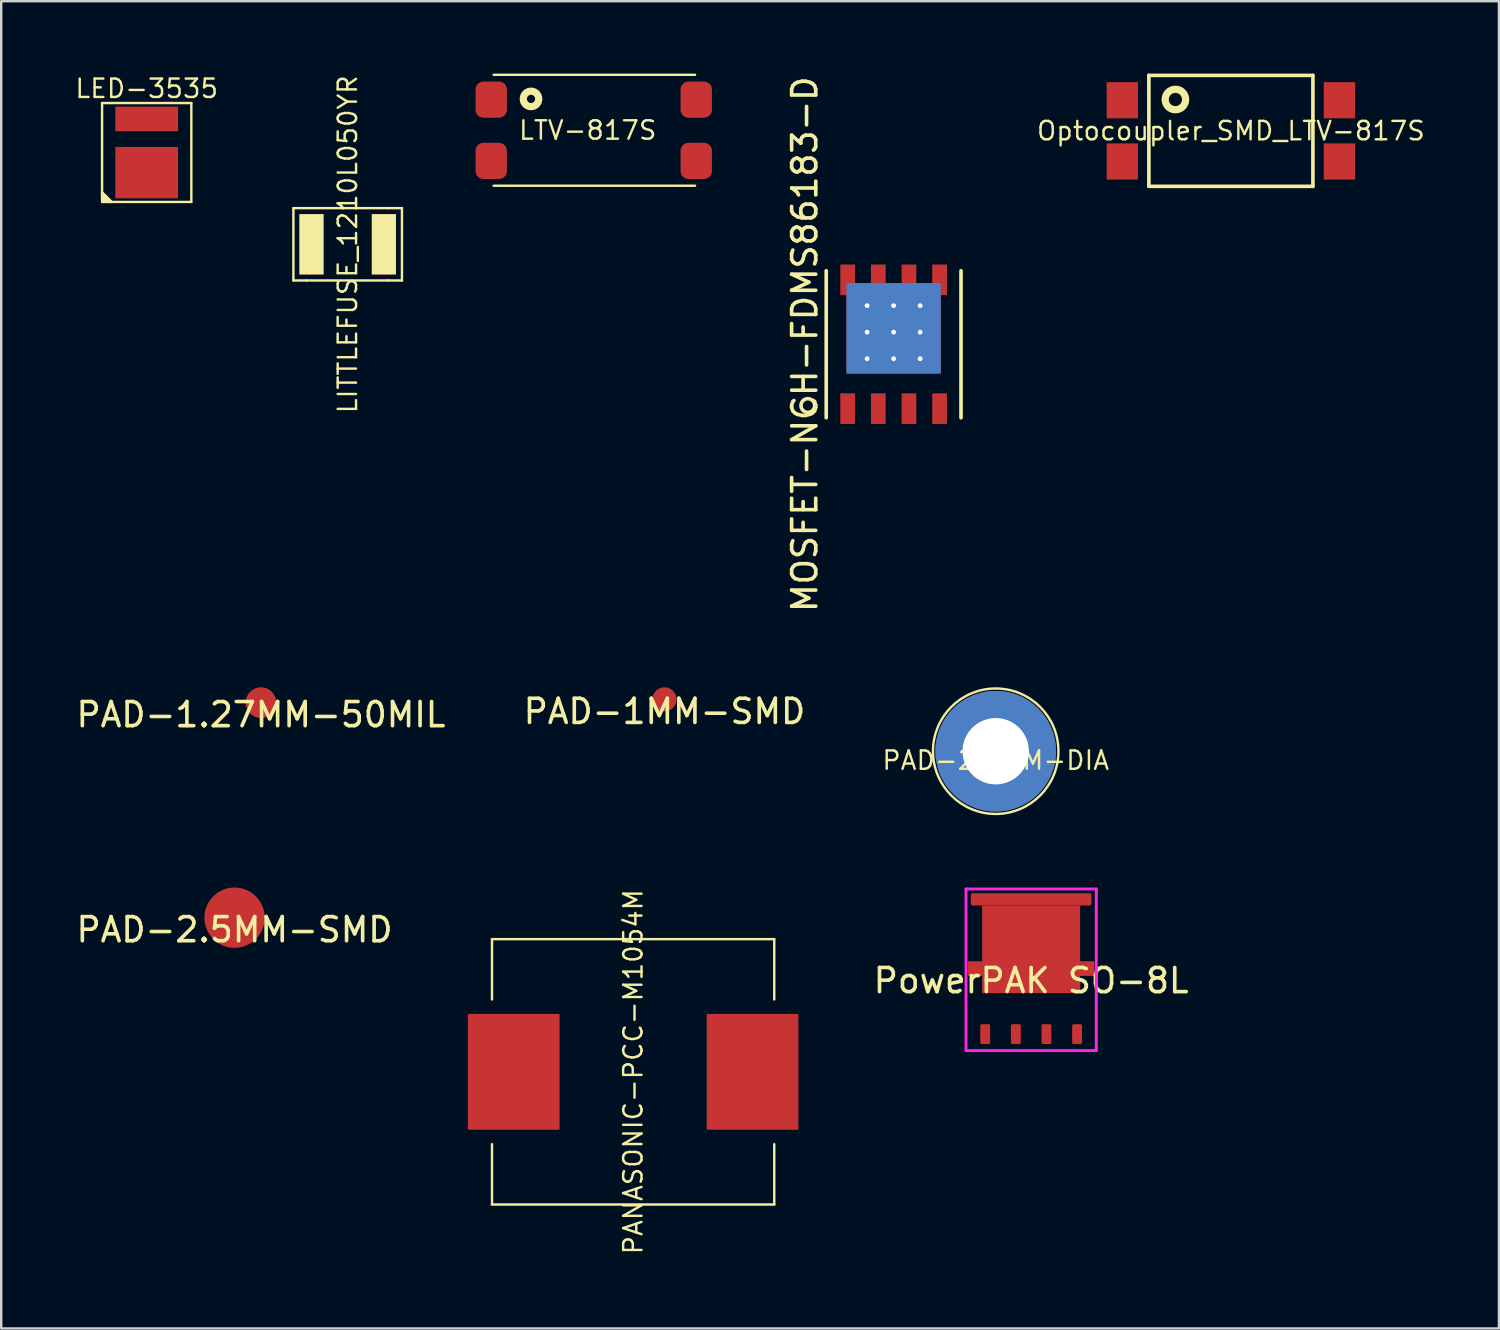
<source format=kicad_pcb>
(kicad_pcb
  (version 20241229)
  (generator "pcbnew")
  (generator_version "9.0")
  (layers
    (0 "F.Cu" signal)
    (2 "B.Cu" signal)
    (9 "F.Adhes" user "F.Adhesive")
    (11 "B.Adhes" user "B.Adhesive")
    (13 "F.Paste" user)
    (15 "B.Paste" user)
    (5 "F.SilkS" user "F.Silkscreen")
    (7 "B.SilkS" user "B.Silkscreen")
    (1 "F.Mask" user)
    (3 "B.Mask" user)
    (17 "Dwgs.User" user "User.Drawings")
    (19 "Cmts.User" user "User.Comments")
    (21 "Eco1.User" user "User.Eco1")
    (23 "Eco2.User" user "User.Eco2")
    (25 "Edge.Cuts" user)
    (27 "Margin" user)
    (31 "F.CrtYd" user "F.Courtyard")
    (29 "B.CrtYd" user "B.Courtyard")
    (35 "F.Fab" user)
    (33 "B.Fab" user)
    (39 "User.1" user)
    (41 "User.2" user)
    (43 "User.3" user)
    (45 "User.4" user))
  (footprint "LITTLEFUSE_1210L050YR"
    (layer "F.Cu")
    (at 11.362 7.077)
    (property "Reference" "LITTLEFUSE_1210L050YR" (at 0 0 90) (layer "F.SilkS") (effects (font (size 0.762 0.762) (thickness 0.1))))
    (attr through_hole)
    (fp_line (start -2.25 -1.5) (end -2.25 1.5) (stroke (width 0.1) (type solid)) (layer "F.SilkS"))
    (fp_line (start -2.25 1.5) (end -1.7 1.5) (stroke (width 0.1) (type solid)) (layer "F.SilkS"))
    (fp_line (start -1.7 -1.5) (end -2.25 -1.5) (stroke (width 0.1) (type solid)) (layer "F.SilkS"))
    (fp_line (start -1.7 -1.5) (end 1.7 -1.5) (stroke (width 0.1) (type solid)) (layer "F.SilkS"))
    (fp_line (start -1.7 1.5) (end 1.7 1.5) (stroke (width 0.1) (type solid)) (layer "F.SilkS"))
    (fp_line (start 1.7 -1.5) (end 2.25 -1.5) (stroke (width 0.1) (type solid)) (layer "F.SilkS"))
    (fp_line (start 2.25 -1.5) (end 2.25 1.5) (stroke (width 0.1) (type solid)) (layer "F.SilkS"))
    (fp_line (start 2.25 1.5) (end 1.7 1.5) (stroke (width 0.1) (type solid)) (layer "F.SilkS"))
    (pad "1" smd rect (at -1.5 0) (size 1 2.5) (layers "F.Cu" "F.Mask" "F.SilkS" "F.Paste"))
    (pad "2" smd rect (at 1.5 0) (size 1 2.5) (layers "F.Cu" "F.Mask" "F.SilkS" "F.Paste")))
  (footprint "PAD-2.5MM-DIA"
    (layer "F.Cu")
    (at 38.225 28.09)
    (property "Reference" "PAD-2.5MM-DIA" (at 0 0.381 0) (layer "F.SilkS") (effects (font (size 0.762 0.762) (thickness 0.1))))
    (attr through_hole)
    (fp_circle (center 0 0) (end 2.6 0) (stroke (width 0.1) (type solid)) (fill no) (layer "F.SilkS"))
    (pad "" thru_hole circle (at 0 0) (size 5 5) (drill 2.75) (layers "*.Cu" "*.Mask")))
  (footprint "MOSFET-NCH-FDMS86183-D"
    (layer "F.Cu")
    (at 33.993 11.22)
    (property "Reference" "MOSFET-NCH-FDMS86183-D" (at -3.683 0 90) (layer "F.SilkS") (effects (font (size 1 1) (thickness 0.15))))
    (attr through_hole)
    (fp_line (start -2.794 -3.048) (end -2.794 3.048) (stroke (width 0.15) (type solid)) (layer "F.SilkS"))
    (fp_line (start 2.794 -3.048) (end 2.794 3.048) (stroke (width 0.15) (type solid)) (layer "F.SilkS"))
    (fp_circle (center -3.556 2.54) (end -3.302 2.667) (stroke (width 0.15) (type solid)) (fill no) (layer "F.SilkS"))
    (pad "1" smd rect (at -1.905 2.67) (size 0.61 1.27) (layers "F.Cu" "F.Mask" "F.Paste"))
    (pad "1" smd rect (at -0.635 2.67) (size 0.61 1.27) (layers "F.Cu" "F.Mask" "F.Paste"))
    (pad "1" smd rect (at 0.635 2.67) (size 0.61 1.27) (layers "F.Cu" "F.Mask" "F.Paste"))
    (pad "2" smd rect (at 1.905 2.67) (size 0.61 1.27) (layers "F.Cu" "F.Mask" "F.Paste"))
    (pad "3" smd rect (at -1.905 -2.67) (size 0.61 1.27) (layers "F.Cu" "F.Mask" "F.Paste"))
    (pad "3" thru_hole circle (at -1.1 -1.6) (size 0.5 0.5) (drill 0.2) (layers "*.Cu" "*.Mask"))
    (pad "3" thru_hole circle (at -1.1 -0.5) (size 0.5 0.5) (drill 0.2) (layers "*.Cu" "*.Mask"))
    (pad "3" thru_hole circle (at -1.1 0.6) (size 0.5 0.5) (drill 0.2) (layers "*.Cu" "*.Mask"))
    (pad "3" smd rect (at -0.635 -2.67) (size 0.61 1.27) (layers "F.Cu" "F.Mask" "F.Paste"))
    (pad "3" thru_hole circle (at 0 -1.6) (size 0.5 0.5) (drill 0.2) (layers "*.Cu" "*.Mask"))
    (pad "3" smd rect (at 0 -0.66) (size 3.91 3.75) (layers "F.Cu" "F.Mask" "F.Paste"))
    (pad "3" smd rect (at 0 -0.66) (size 3.91 3.75) (layers "B.Cu" "B.Mask" "B.Paste"))
    (pad "3" thru_hole circle (at 0 -0.5) (size 0.5 0.5) (drill 0.2) (layers "*.Cu" "*.Mask"))
    (pad "3" thru_hole circle (at 0 0.6) (size 0.5 0.5) (drill 0.2) (layers "*.Cu" "*.Mask"))
    (pad "3" smd rect (at 0.635 -2.67) (size 0.61 1.27) (layers "F.Cu" "F.Mask" "F.Paste"))
    (pad "3" thru_hole circle (at 1.1 -1.6) (size 0.5 0.5) (drill 0.2) (layers "*.Cu" "*.Mask"))
    (pad "3" thru_hole circle (at 1.1 -0.5) (size 0.5 0.5) (drill 0.2) (layers "*.Cu" "*.Mask"))
    (pad "3" thru_hole circle (at 1.1 0.6) (size 0.5 0.5) (drill 0.2) (layers "*.Cu" "*.Mask"))
    (pad "3" smd rect (at 1.905 -2.67) (size 0.61 1.27) (layers "F.Cu" "F.Mask" "F.Paste")))
  (footprint "PAD-1MM-SMD"
    (layer "F.Cu")
    (at 24.494 25.94)
    (property "Reference" "PAD-1MM-SMD" (at 0 0.5 0) (layer "F.SilkS") (effects (font (size 1 1) (thickness 0.15))))
    (attr through_hole)
    (pad "1" smd circle (at 0 0) (size 1 1) (layers "F.Cu" "F.Mask")))
  (footprint "PANASONIC-PCC-M1054M"
    (layer "F.Cu")
    (at 23.195 41.38)
    (property "Reference" "PANASONIC-PCC-M1054M" (at 0 0 90) (layer "F.SilkS") (effects (font (size 0.762 0.762) (thickness 0.1))))
    (attr through_hole)
    (fp_line (start -5.85 -5.5) (end 5.85 -5.5) (stroke (width 0.1) (type solid)) (layer "F.SilkS"))
    (fp_line (start -5.85 -3) (end -5.85 -5.5) (stroke (width 0.1) (type solid)) (layer "F.SilkS"))
    (fp_line (start -5.85 5.5) (end -5.85 3) (stroke (width 0.1) (type solid)) (layer "F.SilkS"))
    (fp_line (start -5.85 5.5) (end 5.85 5.5) (stroke (width 0.1) (type solid)) (layer "F.SilkS"))
    (fp_line (start 5.85 -3) (end 5.85 -5.5) (stroke (width 0.1) (type solid)) (layer "F.SilkS"))
    (fp_line (start 5.85 5.5) (end 5.85 3) (stroke (width 0.1) (type solid)) (layer "F.SilkS"))
    (pad "1" smd rect (at -4.95 0) (size 3.8 4.8) (layers "F.Cu" "F.Mask" "F.Paste"))
    (pad "2" smd rect (at 4.95 0) (size 3.8 4.8) (layers "F.Cu" "F.Mask" "F.Paste")))
  (footprint "PowerPAK SO-8L"
    (layer "F.Cu")
    (at 39.694 37.1)
    (property "Reference" "PowerPAK SO-8L" (at 0 0.5 0) (layer "F.SilkS") (effects (font (size 1 1) (thickness 0.15))))
    (attr through_hole)
    (fp_poly (pts (xy -1.8 0.2) (xy -2.5 0.2) (xy -2.5 -0.2) (xy -1.8 -0.2)) (stroke (width 0.1) (type solid)) (fill yes) (layer "F.Paste"))
    (fp_poly (pts (xy -0.2 -1) (xy -1.8 -1) (xy -1.8 -2) (xy -0.2 -2)) (stroke (width 0.1) (type solid)) (fill yes) (layer "F.Paste"))
    (fp_poly (pts (xy -0.2 0.8) (xy -1.8 0.8) (xy -1.8 -0.6) (xy -0.2 -0.6)) (stroke (width 0.1) (type solid)) (fill yes) (layer "F.Paste"))
    (fp_poly (pts (xy 1.8 -1) (xy 0.2 -1) (xy 0.2 -2) (xy 1.8 -2)) (stroke (width 0.1) (type solid)) (fill yes) (layer "F.Paste"))
    (fp_poly (pts (xy 1.8 0.8) (xy 0.2 0.8) (xy 0.2 -0.6) (xy 1.8 -0.6)) (stroke (width 0.1) (type solid)) (fill yes) (layer "F.Paste"))
    (fp_poly (pts (xy 2.5 0.2) (xy 1.8 0.2) (xy 1.8 -0.2) (xy 2.5 -0.2)) (stroke (width 0.1) (type solid)) (fill yes) (layer "F.Paste"))
    (fp_circle (center -2.7 2.7) (end -2.559 2.7) (stroke (width 0.3) (type solid)) (fill no) (layer "B.Paste"))
    (fp_line (start -2.7 -3.3) (end 2.7 -3.3) (stroke (width 0.12) (type solid)) (layer "F.CrtYd"))
    (fp_line (start -2.7 3.4) (end -2.7 -3.3) (stroke (width 0.12) (type solid)) (layer "F.CrtYd"))
    (fp_line (start 2.7 -3.3) (end 2.7 3.3) (stroke (width 0.12) (type solid)) (layer "F.CrtYd"))
    (fp_line (start 2.7 3.3) (end 2.7 3.4) (stroke (width 0.12) (type solid)) (layer "F.CrtYd"))
    (fp_line (start 2.7 3.4) (end -2.7 3.4) (stroke (width 0.12) (type solid)) (layer "F.CrtYd"))
    (pad "1" smd roundrect (at -1.905 2.716) (size 0.41 0.82) (layers "F.Cu" "F.Mask" "F.Paste") (roundrect_rratio 0.15))
    (pad "2" smd roundrect (at -0.635 2.716) (size 0.41 0.82) (layers "F.Cu" "F.Mask" "F.Paste") (roundrect_rratio 0.15))
    (pad "2" smd roundrect (at 0.635 2.716) (size 0.41 0.82) (layers "F.Cu" "F.Mask" "F.Paste") (roundrect_rratio 0.15))
    (pad "2" smd roundrect (at 1.905 2.716) (size 0.41 0.82) (layers "F.Cu" "F.Mask" "F.Paste") (roundrect_rratio 0.15))
    (pad "3" smd rect (at -2.32 0) (size 0.595 0.61) (layers "F.Cu" "F.Mask"))
    (pad "3" smd roundrect (at 0 -2.87) (size 5 0.51) (layers "F.Cu" "F.Mask" "F.Paste") (roundrect_rratio 0.15))
    (pad "3" smd rect (at 0 -0.8) (size 4.061 3.63) (layers "F.Cu" "F.Mask"))
    (pad "3" smd rect (at 2.32 0) (size 0.595 0.61) (layers "F.Cu" "F.Mask")))
  (footprint "PAD-1.27MM-50MIL"
    (layer "F.Cu")
    (at 7.768 26.075)
    (property "Reference" "PAD-1.27MM-50MIL" (at 0 0.5 0) (layer "F.SilkS") (effects (font (size 1 1) (thickness 0.15))))
    (attr through_hole)
    (pad "1" smd circle (at 0 0) (size 1.27 1.27) (layers "F.Cu")))
  (footprint "LTV-817S"
    (layer "F.Cu")
    (at 21.312 2.35)
    (property "Reference" "LTV-817S" (at 0 0 0) (layer "F.SilkS") (effects (font (size 0.762 0.762) (thickness 0.1))))
    (attr through_hole)
    (fp_line (start -3.9 -2.3) (end 4.45 -2.3) (stroke (width 0.1) (type solid)) (layer "F.SilkS"))
    (fp_line (start -3.9 2.3) (end 4.45 2.3) (stroke (width 0.1) (type solid)) (layer "F.SilkS"))
    (fp_circle (center -2.35 -1.3) (end -2.1 -1.1) (stroke (width 0.3) (type solid)) (fill no) (layer "F.SilkS"))
    (pad "1" smd roundrect (at -4 -1.27) (size 1.3 1.5) (layers "F.Cu" "F.Mask" "F.Paste") (roundrect_rratio 0.25))
    (pad "2" smd roundrect (at -4 1.27) (size 1.3 1.5) (layers "F.Cu" "F.Mask" "F.Paste") (roundrect_rratio 0.25))
    (pad "3" smd roundrect (at 4.5 1.27) (size 1.3 1.5) (layers "F.Cu" "F.Mask" "F.Paste") (roundrect_rratio 0.25))
    (pad "4" smd roundrect (at 4.5 -1.27) (size 1.3 1.5) (layers "F.Cu" "F.Mask" "F.Paste") (roundrect_rratio 0.25)))
  (footprint "LED-3535"
    (layer "F.Cu")
    (at 3.031 3.271)
    (property "Reference" "LED-3535" (at 0 -2.65 0) (layer "F.SilkS") (effects (font (size 0.762 0.762) (thickness 0.1))))
    (attr smd)
    (fp_line (start -1.85 -2.05) (end 1.85 -2.05) (stroke (width 0.1) (type solid)) (layer "F.SilkS"))
    (fp_line (start -1.85 1.7) (end -1.5 2.05) (stroke (width 0.1) (type solid)) (layer "F.SilkS"))
    (fp_line (start -1.85 1.8) (end -1.6 2.05) (stroke (width 0.1) (type solid)) (layer "F.SilkS"))
    (fp_line (start -1.85 1.9) (end -1.7 2.05) (stroke (width 0.1) (type solid)) (layer "F.SilkS"))
    (fp_line (start -1.85 2.05) (end -1.85 -2.05) (stroke (width 0.1) (type solid)) (layer "F.SilkS"))
    (fp_line (start -1.85 2.05) (end 1.85 2.05) (stroke (width 0.1) (type solid)) (layer "F.SilkS"))
    (fp_line (start -1.65 2.05) (end -1.85 1.85) (stroke (width 0.1) (type solid)) (layer "F.SilkS"))
    (fp_line (start -1.55 2.05) (end -1.85 1.75) (stroke (width 0.1) (type solid)) (layer "F.SilkS"))
    (fp_line (start -1.45 2.05) (end -1.85 1.65) (stroke (width 0.1) (type solid)) (layer "F.SilkS"))
    (fp_line (start 1.85 2.05) (end 1.85 -2.05) (stroke (width 0.1) (type solid)) (layer "F.SilkS"))
    (pad "1" smd rect (at 0 0.835) (size 2.6 2.13) (layers "F.Cu" "F.Mask" "F.Paste"))
    (pad "2" smd rect (at 0 -1.39) (size 2.6 1.02) (layers "F.Cu" "F.Mask" "F.Paste")))
  (footprint "PAD-2.5MM-SMD"
    (layer "F.Cu")
    (at 6.673 34.99)
    (property "Reference" "PAD-2.5MM-SMD" (at 0 0.5 0) (layer "F.SilkS") (effects (font (size 1 1) (thickness 0.15))))
    (attr through_hole)
    (pad "1" smd circle (at 0 0) (size 2.5 2.5) (layers "F.Cu" "F.Mask" "F.Paste")))
  (footprint "Optocoupler_SMD_LTV-817S"
    (layer "F.Cu")
    (at 47.974 2.375)
    (property "Reference" "Optocoupler_SMD_LTV-817S" (at 0 0 0) (layer "F.SilkS") (effects (font (size 0.762 0.762) (thickness 0.1))))
    (attr smd)
    (fp_line (start -3.4 2.3) (end -3.4 -2.3) (stroke (width 0.15) (type solid)) (layer "F.SilkS"))
    (fp_line (start 3.4 -2.3) (end -3.4 -2.3) (stroke (width 0.15) (type solid)) (layer "F.SilkS"))
    (fp_line (start 3.4 -2.3) (end 3.4 2.3) (stroke (width 0.15) (type solid)) (layer "F.SilkS"))
    (fp_line (start 3.4 2.3) (end -3.4 2.3) (stroke (width 0.15) (type solid)) (layer "F.SilkS"))
    (fp_circle (center -2.3 -1.3) (end -2 -1) (stroke (width 0.3) (type solid)) (fill no) (layer "F.SilkS"))
    (pad "1" smd rect (at -4.5 -1.27) (size 1.3 1.5) (layers "F.Cu" "F.Mask" "F.Paste"))
    (pad "2" smd rect (at -4.5 1.27) (size 1.3 1.5) (layers "F.Cu" "F.Mask" "F.Paste"))
    (pad "3" smd rect (at 4.5 1.27) (size 1.3 1.5) (layers "F.Cu" "F.Mask" "F.Paste"))
    (pad "4" smd rect (at 4.5 -1.27) (size 1.3 1.5) (layers "F.Cu" "F.Mask" "F.Paste")))
  (gr_rect
    (start -3 -3)
    (end 59.085 52.019)
    (stroke (width 0.1) (type default))
    (fill no)
    (layer "Edge.Cuts")))
</source>
